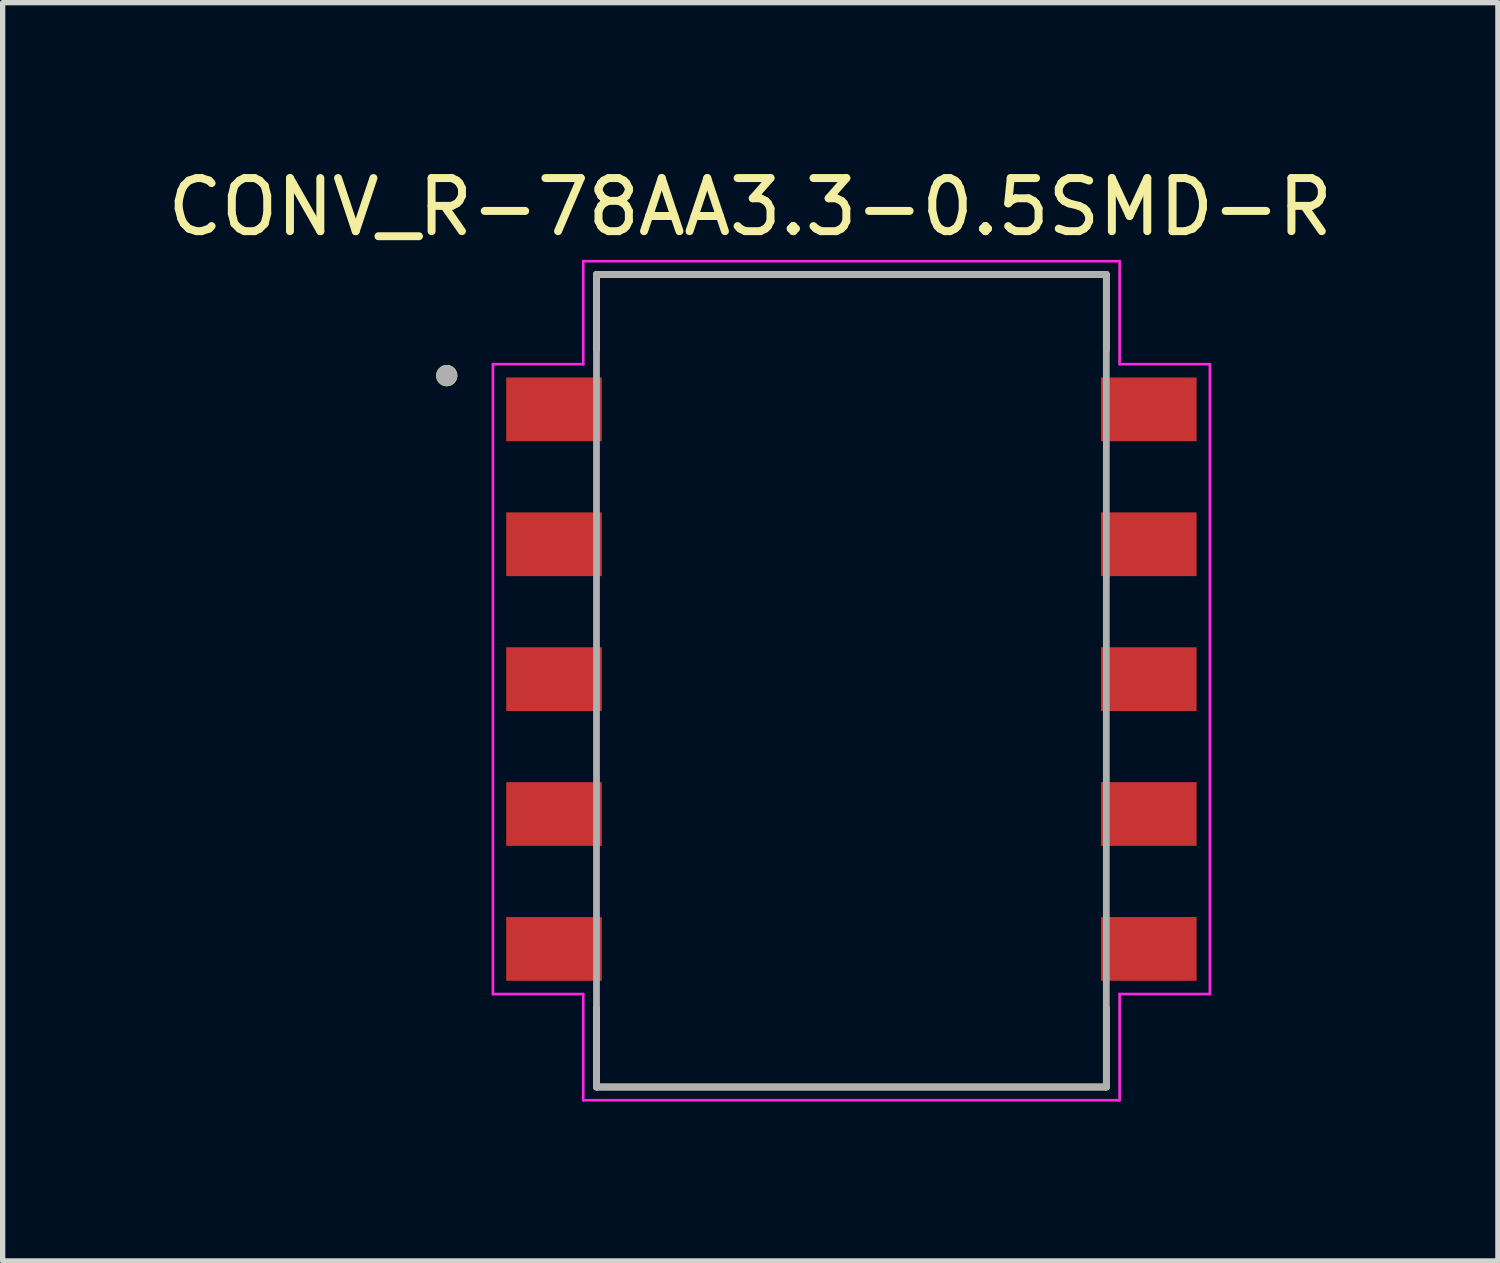
<source format=kicad_pcb>
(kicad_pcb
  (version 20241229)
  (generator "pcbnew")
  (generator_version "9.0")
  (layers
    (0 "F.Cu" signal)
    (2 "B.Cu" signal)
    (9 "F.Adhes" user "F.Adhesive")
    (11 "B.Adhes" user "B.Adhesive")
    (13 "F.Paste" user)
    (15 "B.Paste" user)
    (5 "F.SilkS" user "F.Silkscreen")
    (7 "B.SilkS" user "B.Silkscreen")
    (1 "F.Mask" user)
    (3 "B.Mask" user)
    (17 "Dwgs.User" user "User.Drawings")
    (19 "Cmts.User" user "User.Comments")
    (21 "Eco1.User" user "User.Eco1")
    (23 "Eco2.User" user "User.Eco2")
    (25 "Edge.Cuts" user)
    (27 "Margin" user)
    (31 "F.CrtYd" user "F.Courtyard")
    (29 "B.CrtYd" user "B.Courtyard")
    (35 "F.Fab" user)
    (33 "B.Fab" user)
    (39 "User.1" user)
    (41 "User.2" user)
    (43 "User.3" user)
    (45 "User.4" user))
  (footprint "CONV_R-78AA3.3-0.5SMD-R"
    (layer "F.Cu")
    (at 12.982 9.738)
    (property "Reference" "CONV_R-78AA3.3-0.5SMD-R" (at -1.905 -8.89 0) (layer "F.SilkS") (effects (font (size 1 1) (thickness 0.15))))
    (attr through_hole)
    (fp_line (start -4.8 -7.62) (end -4.8 -6.2) (stroke (width 0.127) (type solid)) (layer "F.SilkS"))
    (fp_line (start -4.8 7.68) (end -4.8 6.2) (stroke (width 0.127) (type solid)) (layer "F.SilkS"))
    (fp_line (start -4.8 7.68) (end 4.8 7.68) (stroke (width 0.127) (type solid)) (layer "F.SilkS"))
    (fp_line (start 4.8 -7.62) (end -4.8 -7.62) (stroke (width 0.127) (type solid)) (layer "F.SilkS"))
    (fp_line (start 4.8 -7.62) (end 4.8 -6.2) (stroke (width 0.127) (type solid)) (layer "F.SilkS"))
    (fp_line (start 4.8 7.68) (end 4.8 6.2) (stroke (width 0.127) (type solid)) (layer "F.SilkS"))
    (fp_circle (center -7.62 -5.715) (end -7.52 -5.715) (stroke (width 0.2) (type solid)) (fill no) (layer "F.SilkS"))
    (fp_line (start -6.75 -5.93) (end -6.75 5.93) (stroke (width 0.05) (type solid)) (layer "F.CrtYd"))
    (fp_line (start -6.75 5.93) (end -5.05 5.93) (stroke (width 0.05) (type solid)) (layer "F.CrtYd"))
    (fp_line (start -5.05 -7.87) (end -5.05 -5.93) (stroke (width 0.05) (type solid)) (layer "F.CrtYd"))
    (fp_line (start -5.05 -5.93) (end -6.75 -5.93) (stroke (width 0.05) (type solid)) (layer "F.CrtYd"))
    (fp_line (start -5.05 5.93) (end -5.05 7.93) (stroke (width 0.05) (type solid)) (layer "F.CrtYd"))
    (fp_line (start -5.05 7.93) (end 5.05 7.93) (stroke (width 0.05) (type solid)) (layer "F.CrtYd"))
    (fp_line (start 5.05 -7.87) (end -5.05 -7.87) (stroke (width 0.05) (type solid)) (layer "F.CrtYd"))
    (fp_line (start 5.05 -5.93) (end 5.05 -7.87) (stroke (width 0.05) (type solid)) (layer "F.CrtYd"))
    (fp_line (start 5.05 5.93) (end 6.75 5.93) (stroke (width 0.05) (type solid)) (layer "F.CrtYd"))
    (fp_line (start 5.05 7.93) (end 5.05 5.93) (stroke (width 0.05) (type solid)) (layer "F.CrtYd"))
    (fp_line (start 6.75 -5.93) (end 5.05 -5.93) (stroke (width 0.05) (type solid)) (layer "F.CrtYd"))
    (fp_line (start 6.75 5.93) (end 6.75 -5.93) (stroke (width 0.05) (type solid)) (layer "F.CrtYd"))
    (fp_line (start -4.8 -7.62) (end -4.8 7.68) (stroke (width 0.127) (type solid)) (layer "F.Fab"))
    (fp_line (start -4.8 7.68) (end 4.8 7.68) (stroke (width 0.127) (type solid)) (layer "F.Fab"))
    (fp_line (start 4.8 -7.62) (end -4.8 -7.62) (stroke (width 0.127) (type solid)) (layer "F.Fab"))
    (fp_line (start 4.8 7.68) (end 4.8 -7.62) (stroke (width 0.127) (type solid)) (layer "F.Fab"))
    (fp_circle (center -7.62 -5.715) (end -7.52 -5.715) (stroke (width 0.2) (type solid)) (fill no) (layer "F.Fab"))
    (pad "1" smd rect (at -5.6 -5.08) (size 1.8 1.2) (layers "F.Cu" "F.Mask" "F.Paste"))
    (pad "2" smd rect (at -5.6 -2.54) (size 1.8 1.2) (layers "F.Cu" "F.Mask" "F.Paste"))
    (pad "3" smd rect (at -5.6 0) (size 1.8 1.2) (layers "F.Cu" "F.Mask" "F.Paste"))
    (pad "4" smd rect (at -5.6 2.54) (size 1.8 1.2) (layers "F.Cu" "F.Mask" "F.Paste"))
    (pad "5" smd rect (at -5.6 5.08) (size 1.8 1.2) (layers "F.Cu" "F.Mask" "F.Paste"))
    (pad "6" smd rect (at 5.6 5.08) (size 1.8 1.2) (layers "F.Cu" "F.Mask" "F.Paste"))
    (pad "7" smd rect (at 5.6 2.54) (size 1.8 1.2) (layers "F.Cu" "F.Mask" "F.Paste"))
    (pad "8" smd rect (at 5.6 0) (size 1.8 1.2) (layers "F.Cu" "F.Mask" "F.Paste"))
    (pad "9" smd rect (at 5.6 -2.54) (size 1.8 1.2) (layers "F.Cu" "F.Mask" "F.Paste"))
    (pad "10" smd rect (at 5.6 -5.08) (size 1.8 1.2) (layers "F.Cu" "F.Mask" "F.Paste")))
  (gr_rect
    (start -3 -3)
    (end 25.155 20.693)
    (stroke (width 0.1) (type default))
    (fill no)
    (layer "Edge.Cuts")))
</source>
